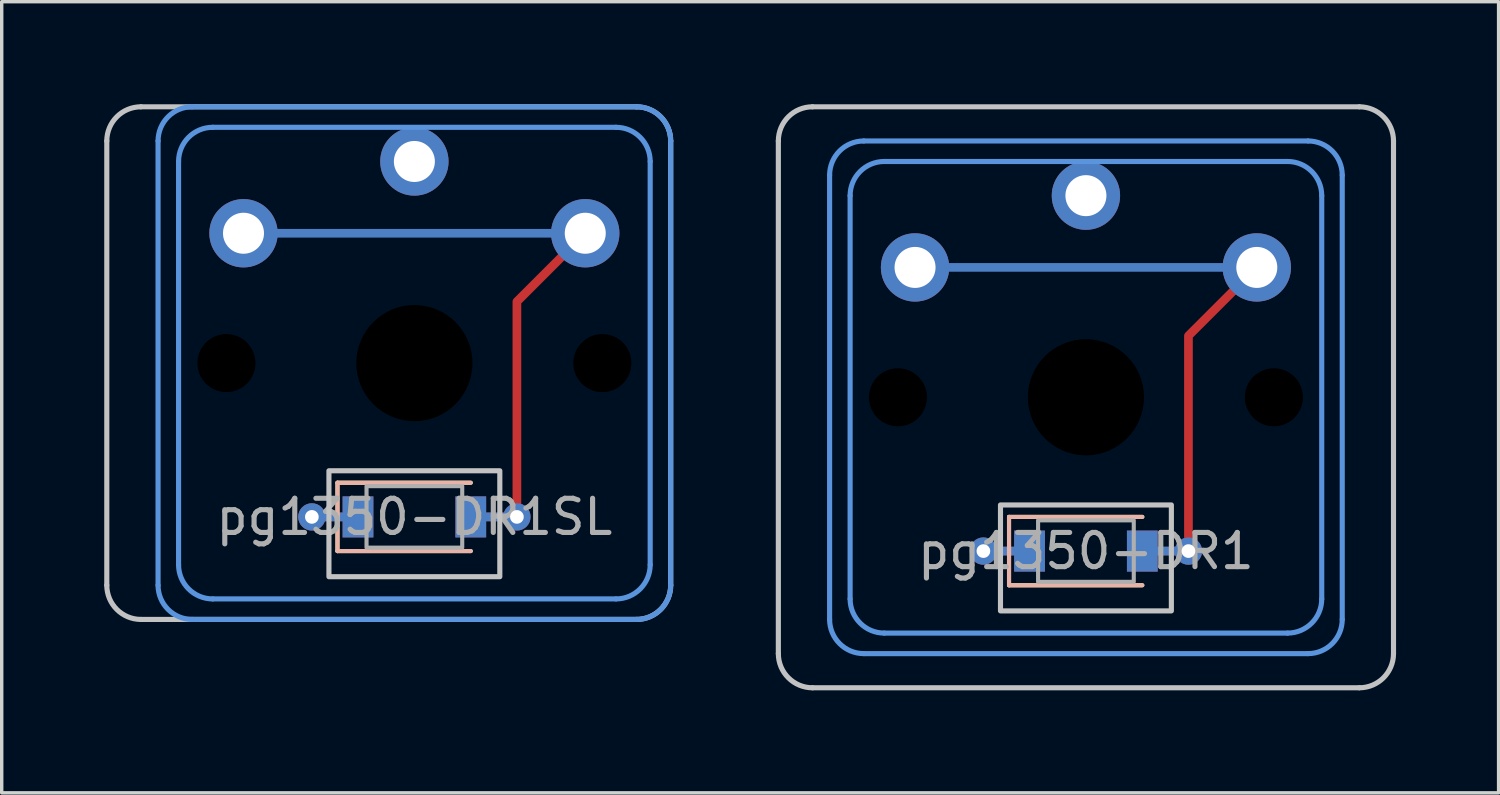
<source format=kicad_pcb>
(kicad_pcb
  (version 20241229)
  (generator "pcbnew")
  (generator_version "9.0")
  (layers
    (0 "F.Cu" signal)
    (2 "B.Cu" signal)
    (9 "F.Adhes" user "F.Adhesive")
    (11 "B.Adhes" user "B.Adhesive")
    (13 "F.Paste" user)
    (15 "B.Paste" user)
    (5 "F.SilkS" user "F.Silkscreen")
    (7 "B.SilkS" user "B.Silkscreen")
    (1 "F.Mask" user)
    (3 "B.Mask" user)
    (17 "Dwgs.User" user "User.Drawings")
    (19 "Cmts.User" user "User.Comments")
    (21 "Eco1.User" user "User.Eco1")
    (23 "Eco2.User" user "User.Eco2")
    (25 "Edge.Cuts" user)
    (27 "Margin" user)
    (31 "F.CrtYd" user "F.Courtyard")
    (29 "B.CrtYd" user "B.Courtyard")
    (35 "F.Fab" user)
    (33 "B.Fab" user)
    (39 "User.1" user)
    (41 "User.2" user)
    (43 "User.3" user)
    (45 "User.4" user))
  (footprint "pg1350-DR1"
    (layer "F.Cu")
    (at 28.725 13.075)
    (property "Reference" "pg1350-DR1" (at 0 0 0) (layer "F.Fab") (effects (font (size 1 1) (thickness 0.15))))
    (attr smd)
    (fp_line (start -2.25 -1) (end -2.25 1) (stroke (width 0.12) (type solid)) (layer "F.SilkS"))
    (fp_line (start -2.25 1) (end 1.65 1) (stroke (width 0.12) (type solid)) (layer "F.SilkS"))
    (fp_line (start 1.65 -1) (end -2.25 -1) (stroke (width 0.12) (type solid)) (layer "F.SilkS"))
    (fp_line (start -2.25 -1) (end -2.25 1) (stroke (width 0.12) (type solid)) (layer "B.SilkS"))
    (fp_line (start -2.25 1) (end 1.65 1) (stroke (width 0.12) (type solid)) (layer "B.SilkS"))
    (fp_line (start 1.65 -1) (end -2.25 -1) (stroke (width 0.12) (type solid)) (layer "B.SilkS"))
    (fp_line (start -9 3) (end -9 -12) (stroke (width 0.15) (type solid)) (layer "Dwgs.User"))
    (fp_line (start -8 -13) (end 8 -13) (stroke (width 0.15) (type solid)) (layer "Dwgs.User"))
    (fp_line (start 8 4) (end -8 4) (stroke (width 0.15) (type solid)) (layer "Dwgs.User"))
    (fp_line (start 9 -12) (end 9 3) (stroke (width 0.15) (type solid)) (layer "Dwgs.User"))
    (fp_rect (start 2.5 1.75) (end -2.5 -1.35) (stroke (width 0.15) (type solid)) (fill no) (layer "Dwgs.User"))
    (fp_arc (start -9 -12) (mid -8.707107 -12.707107) (end -8 -13) (stroke (width 0.15) (type solid)) (layer "Dwgs.User"))
    (fp_arc (start -8 4) (mid -8.707107 3.707107) (end -9 3) (stroke (width 0.15) (type solid)) (layer "Dwgs.User"))
    (fp_arc (start 8 -13) (mid 8.707107 -12.707107) (end 9 -12) (stroke (width 0.15) (type solid)) (layer "Dwgs.User"))
    (fp_arc (start 9 3) (mid 8.707107 3.707107) (end 8 4) (stroke (width 0.15) (type solid)) (layer "Dwgs.User"))
    (fp_line (start -7.5 2) (end -7.5 -11) (stroke (width 0.15) (type solid)) (layer "Cmts.User"))
    (fp_line (start -6.9 1.4) (end -6.9 -10.4) (stroke (width 0.15) (type solid)) (layer "Cmts.User"))
    (fp_line (start -6.5 -12) (end 6.5 -12) (stroke (width 0.15) (type solid)) (layer "Cmts.User"))
    (fp_line (start -5.9 -11.4) (end 5.9 -11.4) (stroke (width 0.15) (type solid)) (layer "Cmts.User"))
    (fp_line (start 5.9 2.4) (end -5.9 2.4) (stroke (width 0.15) (type solid)) (layer "Cmts.User"))
    (fp_line (start 6.5 3) (end -6.5 3) (stroke (width 0.15) (type solid)) (layer "Cmts.User"))
    (fp_line (start 6.9 -10.4) (end 6.9 1.4) (stroke (width 0.15) (type solid)) (layer "Cmts.User"))
    (fp_line (start 7.5 -11) (end 7.5 2) (stroke (width 0.15) (type solid)) (layer "Cmts.User"))
    (fp_arc (start -7.5 -11) (mid -7.207107 -11.707107) (end -6.5 -12) (stroke (width 0.15) (type solid)) (layer "Cmts.User"))
    (fp_arc (start -6.9 -10.4) (mid -6.607107 -11.107107) (end -5.9 -11.4) (stroke (width 0.15) (type solid)) (layer "Cmts.User"))
    (fp_arc (start -6.5 3) (mid -7.207107 2.707107) (end -7.5 2) (stroke (width 0.15) (type solid)) (layer "Cmts.User"))
    (fp_arc (start -5.9 2.4) (mid -6.607107 2.107107) (end -6.9 1.4) (stroke (width 0.15) (type solid)) (layer "Cmts.User"))
    (fp_arc (start 5.9 -11.4) (mid 6.607107 -11.107107) (end 6.9 -10.4) (stroke (width 0.15) (type solid)) (layer "Cmts.User"))
    (fp_arc (start 6.5 -12) (mid 7.207107 -11.707107) (end 7.5 -11) (stroke (width 0.15) (type solid)) (layer "Cmts.User"))
    (fp_arc (start 6.9 1.4) (mid 6.607107 2.107107) (end 5.9 2.4) (stroke (width 0.15) (type solid)) (layer "Cmts.User"))
    (fp_arc (start 7.5 2) (mid 7.207107 2.707107) (end 6.5 3) (stroke (width 0.15) (type solid)) (layer "Cmts.User"))
    (fp_rect (start 1.4 0.9) (end -1.4 -0.9) (stroke (width 0.12) (type solid)) (fill no) (layer "F.Fab"))
    (pad "" np_thru_hole circle (at -5.5 -4.5) (size 1.7 1.7) (drill 1.7) (layers "*.Mask"))
    (pad "" np_thru_hole circle (at 0 -4.5) (size 3.4 3.4) (drill 3.4) (layers "*.Mask"))
    (pad "" np_thru_hole circle (at 5.5 -4.5) (size 1.7 1.7) (drill 1.7) (layers "*.Mask"))
    (pad "1" thru_hole circle (at 0 -10.4) (size 2 2) (drill 1.2) (layers "*.Cu" "*.Mask"))
    (pad "2" smd rect (at -1.65 0) (size 0.9 1.2) (layers "*.Cu" "*.Mask"))
    (pad "3" smd custom (at -5 -8.3) (size 0.254 0.254) (layers "B.Cu") (options (anchor circle)) (primitives (gr_line (start 0 0) (end 10 0) (width 0.254))))
    (pad "3" thru_hole circle (at -5 -8.3) (size 2 2) (drill 1.2) (layers "*.Cu" "F.Mask"))
    (pad "3" thru_hole circle (at -3 0) (size 0.8 0.8) (drill 0.4) (layers "*.Cu"))
    (pad "3" smd oval (at -2.325 0) (size 1.604 0.254) (layers "F.Cu"))
    (pad "3" smd oval (at -2.325 0) (size 1.604 0.254) (layers "B.Cu"))
    (pad "3" smd rect (at 1.65 0) (size 0.9 1.2) (layers "*.Cu" "*.Mask"))
    (pad "3" smd oval (at 2.325 0) (size 1.604 0.254) (layers "F.Cu"))
    (pad "3" smd oval (at 2.325 0) (size 1.604 0.254) (layers "B.Cu"))
    (pad "3" smd custom (at 3 0) (size 0.254 0.254) (layers "F.Cu") (options (anchor circle)) (primitives (gr_line (start 2 -8.3) (end 0 -6.3) (width 0.254)) (gr_line (start 0 -6.3) (end 0 -1.35) (width 0.254)) (gr_line (start 0 -1.35) (end 0 0) (width 0.254))))
    (pad "3" thru_hole circle (at 3 0) (size 0.8 0.8) (drill 0.4) (layers "*.Cu"))
    (pad "3" thru_hole circle (at 5 -8.3) (size 2 2) (drill 1.2) (layers "*.Cu" "B.Mask")))
  (footprint "pg1350-DR1SL"
    (layer "F.Cu")
    (at 9.075 12.075)
    (property "Reference" "pg1350-DR1SL" (at 0 0 0) (layer "F.Fab") (effects (font (size 1 1) (thickness 0.15))))
    (attr smd)
    (fp_line (start -2.25 -1) (end -2.25 1) (stroke (width 0.12) (type solid)) (layer "F.SilkS"))
    (fp_line (start -2.25 1) (end 1.65 1) (stroke (width 0.12) (type solid)) (layer "F.SilkS"))
    (fp_line (start 1.65 -1) (end -2.25 -1) (stroke (width 0.12) (type solid)) (layer "F.SilkS"))
    (fp_line (start -2.25 -1) (end -2.25 1) (stroke (width 0.12) (type solid)) (layer "B.SilkS"))
    (fp_line (start -2.25 1) (end 1.65 1) (stroke (width 0.12) (type solid)) (layer "B.SilkS"))
    (fp_line (start 1.65 -1) (end -2.25 -1) (stroke (width 0.12) (type solid)) (layer "B.SilkS"))
    (fp_line (start -9 2) (end -9 -11) (stroke (width 0.15) (type solid)) (layer "Dwgs.User"))
    (fp_line (start -8 -12) (end 6.5 -12) (stroke (width 0.15) (type solid)) (layer "Dwgs.User"))
    (fp_line (start 6.5 3) (end -8 3) (stroke (width 0.15) (type solid)) (layer "Dwgs.User"))
    (fp_line (start 7.5 -11) (end 7.5 2) (stroke (width 0.15) (type solid)) (layer "Dwgs.User"))
    (fp_rect (start 2.5 1.75) (end -2.5 -1.35) (stroke (width 0.15) (type solid)) (fill no) (layer "Dwgs.User"))
    (fp_arc (start -9 -11) (mid -8.707107 -11.707107) (end -8 -12) (stroke (width 0.15) (type solid)) (layer "Dwgs.User"))
    (fp_arc (start -8 3) (mid -8.707107 2.707107) (end -9 2) (stroke (width 0.15) (type solid)) (layer "Dwgs.User"))
    (fp_arc (start 6.5 -12) (mid 7.207107 -11.707107) (end 7.5 -11) (stroke (width 0.15) (type solid)) (layer "Dwgs.User"))
    (fp_arc (start 7.5 2) (mid 7.207107 2.707107) (end 6.5 3) (stroke (width 0.15) (type solid)) (layer "Dwgs.User"))
    (fp_line (start -7.5 2) (end -7.5 -11) (stroke (width 0.15) (type solid)) (layer "Cmts.User"))
    (fp_line (start -6.9 1.4) (end -6.9 -10.4) (stroke (width 0.15) (type solid)) (layer "Cmts.User"))
    (fp_line (start -6.5 -12) (end 6.5 -12) (stroke (width 0.15) (type solid)) (layer "Cmts.User"))
    (fp_line (start -5.9 -11.4) (end 5.9 -11.4) (stroke (width 0.15) (type solid)) (layer "Cmts.User"))
    (fp_line (start 5.9 2.4) (end -5.9 2.4) (stroke (width 0.15) (type solid)) (layer "Cmts.User"))
    (fp_line (start 6.5 3) (end -6.5 3) (stroke (width 0.15) (type solid)) (layer "Cmts.User"))
    (fp_line (start 6.9 -10.4) (end 6.9 1.4) (stroke (width 0.15) (type solid)) (layer "Cmts.User"))
    (fp_line (start 7.5 -11) (end 7.5 2) (stroke (width 0.15) (type solid)) (layer "Cmts.User"))
    (fp_arc (start -7.5 -11) (mid -7.207107 -11.707107) (end -6.5 -12) (stroke (width 0.15) (type solid)) (layer "Cmts.User"))
    (fp_arc (start -6.9 -10.4) (mid -6.607107 -11.107107) (end -5.9 -11.4) (stroke (width 0.15) (type solid)) (layer "Cmts.User"))
    (fp_arc (start -6.5 3) (mid -7.207107 2.707107) (end -7.5 2) (stroke (width 0.15) (type solid)) (layer "Cmts.User"))
    (fp_arc (start -5.9 2.4) (mid -6.607107 2.107107) (end -6.9 1.4) (stroke (width 0.15) (type solid)) (layer "Cmts.User"))
    (fp_arc (start 5.9 -11.4) (mid 6.607107 -11.107107) (end 6.9 -10.4) (stroke (width 0.15) (type solid)) (layer "Cmts.User"))
    (fp_arc (start 6.5 -12) (mid 7.207107 -11.707107) (end 7.5 -11) (stroke (width 0.15) (type solid)) (layer "Cmts.User"))
    (fp_arc (start 6.9 1.4) (mid 6.607107 2.107107) (end 5.9 2.4) (stroke (width 0.15) (type solid)) (layer "Cmts.User"))
    (fp_arc (start 7.5 2) (mid 7.207107 2.707107) (end 6.5 3) (stroke (width 0.15) (type solid)) (layer "Cmts.User"))
    (fp_rect (start 1.4 0.9) (end -1.4 -0.9) (stroke (width 0.12) (type solid)) (fill no) (layer "F.Fab"))
    (pad "" np_thru_hole circle (at -5.5 -4.5) (size 1.7 1.7) (drill 1.7) (layers "*.Mask"))
    (pad "" np_thru_hole circle (at 0 -4.5) (size 3.4 3.4) (drill 3.4) (layers "*.Mask"))
    (pad "" np_thru_hole circle (at 5.5 -4.5) (size 1.7 1.7) (drill 1.7) (layers "*.Mask"))
    (pad "1" thru_hole circle (at 0 -10.4) (size 2 2) (drill 1.2) (layers "*.Cu" "*.Mask"))
    (pad "2" smd rect (at -1.65 0) (size 0.9 1.2) (layers "*.Cu" "*.Mask"))
    (pad "3" smd custom (at -5 -8.3) (size 0.254 0.254) (layers "B.Cu") (options (anchor circle)) (primitives (gr_line (start 0 0) (end 10 0) (width 0.254))))
    (pad "3" thru_hole circle (at -5 -8.3) (size 2 2) (drill 1.2) (layers "*.Cu" "F.Mask"))
    (pad "3" thru_hole circle (at -3 0) (size 0.8 0.8) (drill 0.4) (layers "*.Cu"))
    (pad "3" smd oval (at -2.325 0) (size 1.604 0.254) (layers "F.Cu"))
    (pad "3" smd oval (at -2.325 0) (size 1.604 0.254) (layers "B.Cu"))
    (pad "3" smd rect (at 1.65 0) (size 0.9 1.2) (layers "*.Cu" "*.Mask"))
    (pad "3" smd oval (at 2.325 0) (size 1.604 0.254) (layers "F.Cu"))
    (pad "3" smd oval (at 2.325 0) (size 1.604 0.254) (layers "B.Cu"))
    (pad "3" smd custom (at 3 0) (size 0.254 0.254) (layers "F.Cu") (options (anchor circle)) (primitives (gr_line (start 2 -8.3) (end 0 -6.3) (width 0.254)) (gr_line (start 0 -6.3) (end 0 -1.35) (width 0.254)) (gr_line (start 0 -1.35) (end 0 0) (width 0.254))))
    (pad "3" thru_hole circle (at 3 0) (size 0.8 0.8) (drill 0.4) (layers "*.Cu"))
    (pad "3" thru_hole circle (at 5 -8.3) (size 2 2) (drill 1.2) (layers "*.Cu" "B.Mask")))
  (gr_rect
    (start -3 -3)
    (end 40.8 20.15)
    (stroke (width 0.1) (type default))
    (fill no)
    (layer "Edge.Cuts")))
</source>
